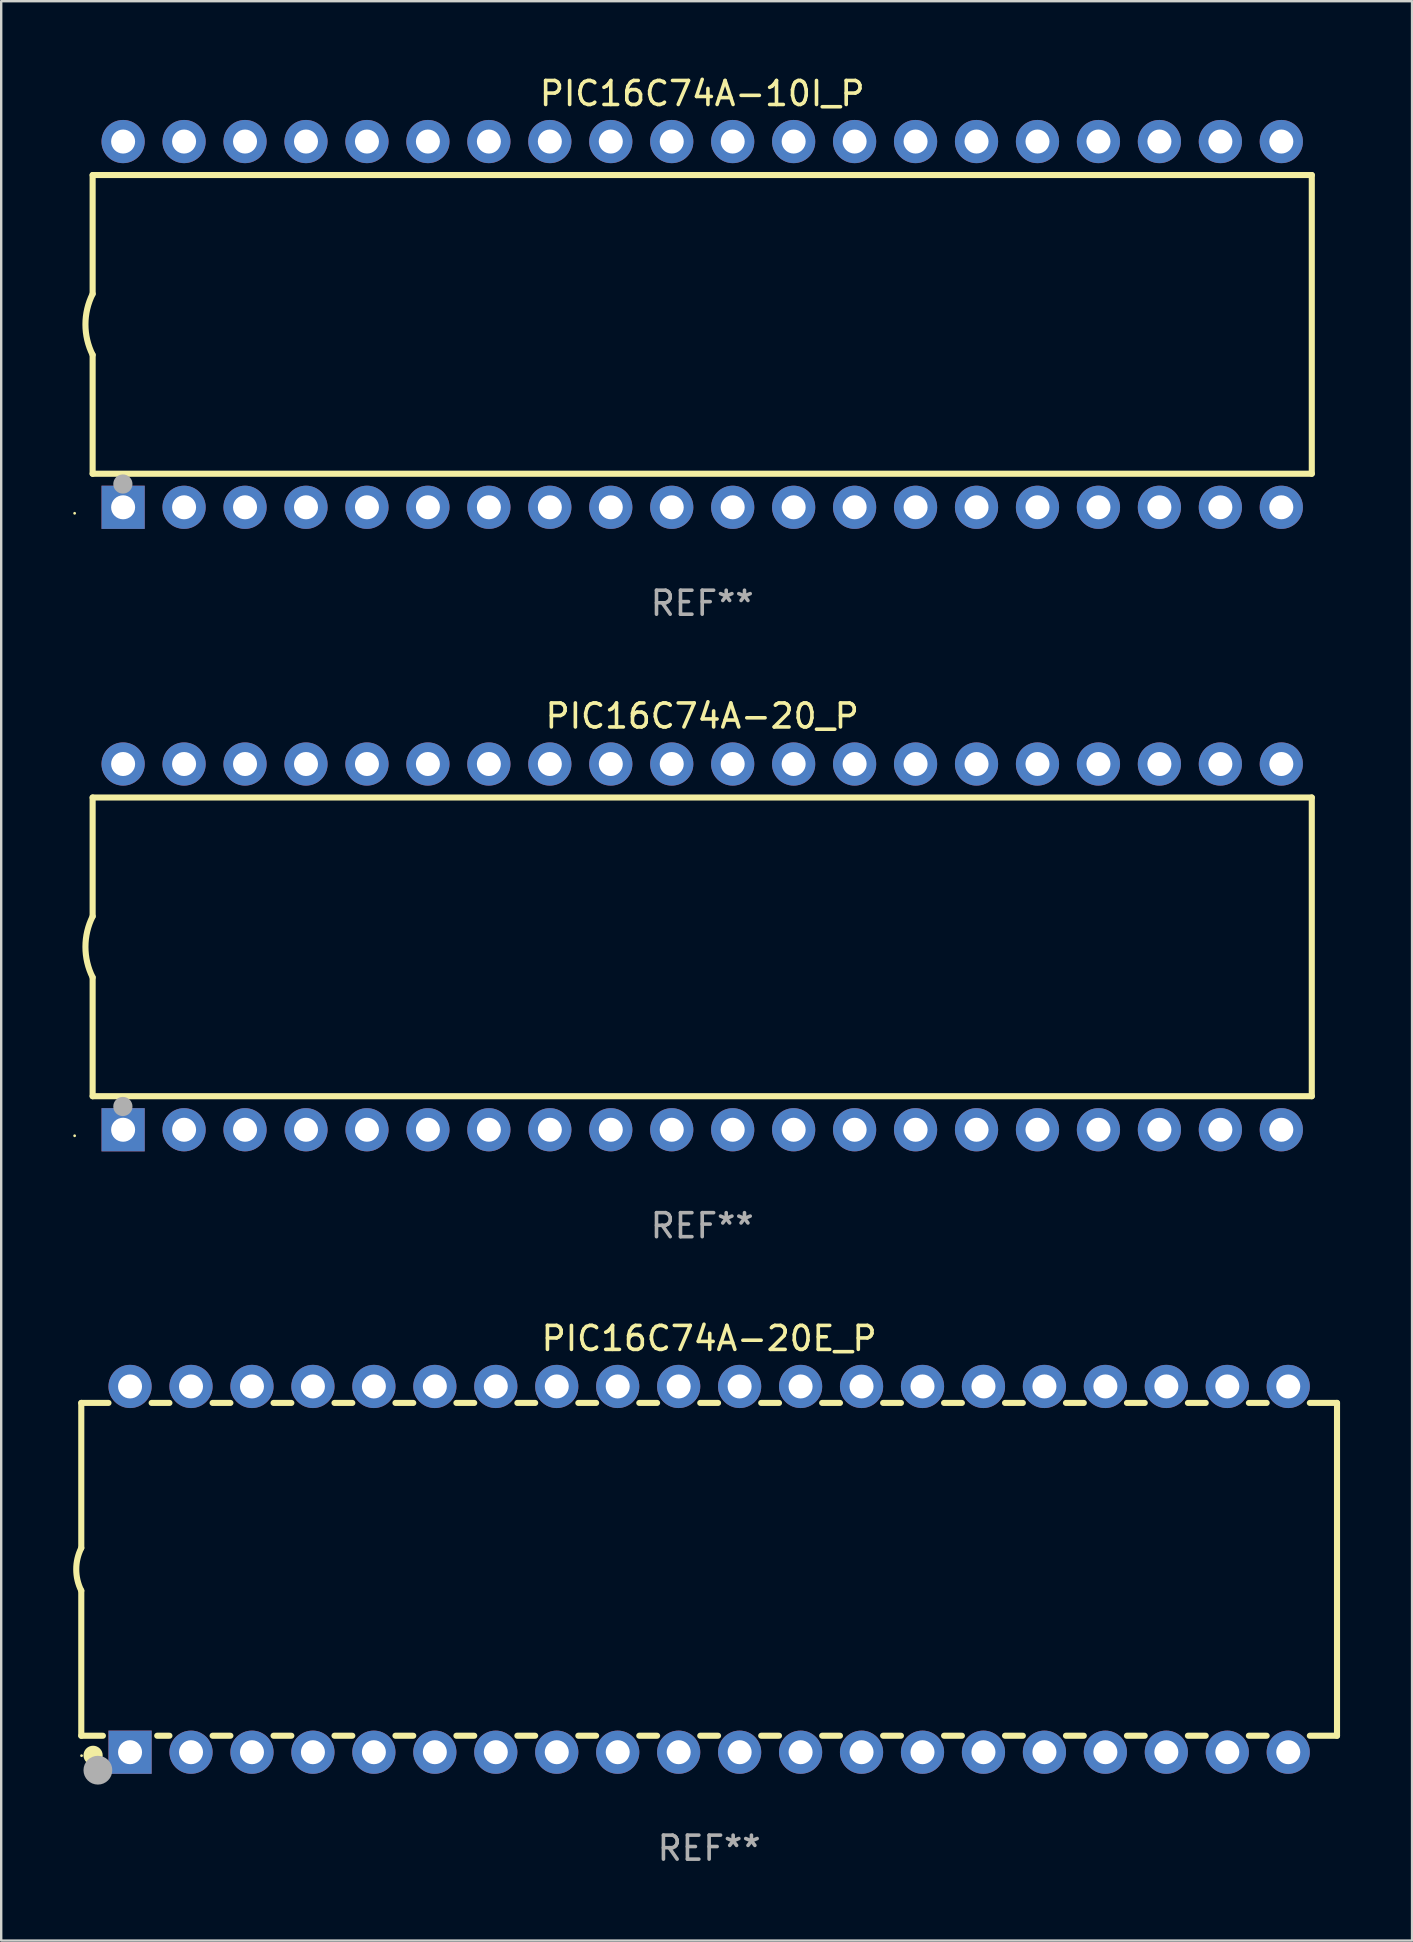
<source format=kicad_pcb>
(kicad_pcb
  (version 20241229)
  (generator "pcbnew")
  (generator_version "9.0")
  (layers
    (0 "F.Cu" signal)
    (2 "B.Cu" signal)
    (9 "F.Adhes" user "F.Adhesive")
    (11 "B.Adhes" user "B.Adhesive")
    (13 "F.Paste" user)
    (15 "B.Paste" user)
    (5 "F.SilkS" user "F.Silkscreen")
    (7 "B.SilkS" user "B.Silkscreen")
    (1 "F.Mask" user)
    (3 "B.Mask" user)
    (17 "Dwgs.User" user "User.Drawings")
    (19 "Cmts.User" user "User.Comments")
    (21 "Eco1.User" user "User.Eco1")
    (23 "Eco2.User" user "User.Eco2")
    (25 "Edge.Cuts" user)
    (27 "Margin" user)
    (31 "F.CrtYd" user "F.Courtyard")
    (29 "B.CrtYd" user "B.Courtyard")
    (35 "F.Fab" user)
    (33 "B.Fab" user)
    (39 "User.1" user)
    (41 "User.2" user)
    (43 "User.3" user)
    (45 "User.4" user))
  (footprint "PIC16C74A-20_P"
    (layer "F.Cu")
    (at 26.21 36.405)
    (property "Reference" "PIC16C74A-20_P" (at 0 -9.62 0) (layer "F.SilkS") (effects (font (size 1 1) (thickness 0.15))))
    (attr through_hole)
    (fp_line (start -25.4 -6.224) (end -25.4 -1.271) (stroke (width 0.254) (type solid)) (layer "F.SilkS"))
    (fp_line (start -25.4 -6.224) (end 25.4 -6.224) (stroke (width 0.254) (type solid)) (layer "F.SilkS"))
    (fp_line (start -25.4 1.269) (end -25.4 6.222) (stroke (width 0.254) (type solid)) (layer "F.SilkS"))
    (fp_line (start -25.4 6.222) (end 25.4 6.222) (stroke (width 0.254) (type solid)) (layer "F.SilkS"))
    (fp_line (start 25.4 6.222) (end 25.4 -6.224) (stroke (width 0.254) (type solid)) (layer "F.SilkS"))
    (fp_arc (start -25.4 1.269241) (mid -25.699807 -0.000762) (end -25.4 -1.270765) (stroke (width 0.254001) (type solid)) (layer "F.SilkS"))
    (fp_circle (center -26.15 7.87) (end -26.12 7.87) (stroke (width 0.06) (type solid)) (fill no) (layer "F.SilkS"))
    (fp_circle (center -24.14 6.65) (end -23.94 6.65) (stroke (width 0.4) (type solid)) (fill no) (layer "F.Fab"))
    (fp_text user "REF**" (at 0 11.62 0) (layer "F.Fab") (effects (font (size 1 1) (thickness 0.15))))
    (pad "1" thru_hole rect (at -24.13 7.62 90) (size 1.8 1.8) (drill 1) (layers "*.Cu" "*.Mask"))
    (pad "2" thru_hole circle (at -21.59 7.62) (size 1.8 1.8) (drill 1) (layers "*.Cu" "*.Mask"))
    (pad "3" thru_hole circle (at -19.05 7.62) (size 1.8 1.8) (drill 1) (layers "*.Cu" "*.Mask"))
    (pad "4" thru_hole circle (at -16.51 7.62) (size 1.8 1.8) (drill 1) (layers "*.Cu" "*.Mask"))
    (pad "5" thru_hole circle (at -13.97 7.62) (size 1.8 1.8) (drill 1) (layers "*.Cu" "*.Mask"))
    (pad "6" thru_hole circle (at -11.43 7.62) (size 1.8 1.8) (drill 1) (layers "*.Cu" "*.Mask"))
    (pad "7" thru_hole circle (at -8.89 7.62) (size 1.8 1.8) (drill 1) (layers "*.Cu" "*.Mask"))
    (pad "8" thru_hole circle (at -6.35 7.62) (size 1.8 1.8) (drill 1) (layers "*.Cu" "*.Mask"))
    (pad "9" thru_hole circle (at -3.81 7.62) (size 1.8 1.8) (drill 1) (layers "*.Cu" "*.Mask"))
    (pad "10" thru_hole circle (at -1.27 7.62) (size 1.8 1.8) (drill 1) (layers "*.Cu" "*.Mask"))
    (pad "11" thru_hole circle (at 1.27 7.62) (size 1.8 1.8) (drill 1) (layers "*.Cu" "*.Mask"))
    (pad "12" thru_hole circle (at 3.81 7.62) (size 1.8 1.8) (drill 1) (layers "*.Cu" "*.Mask"))
    (pad "13" thru_hole circle (at 6.35 7.62) (size 1.8 1.8) (drill 1) (layers "*.Cu" "*.Mask"))
    (pad "14" thru_hole circle (at 8.89 7.62) (size 1.8 1.8) (drill 1) (layers "*.Cu" "*.Mask"))
    (pad "15" thru_hole circle (at 11.43 7.62) (size 1.8 1.8) (drill 1) (layers "*.Cu" "*.Mask"))
    (pad "16" thru_hole circle (at 13.97 7.62) (size 1.8 1.8) (drill 1) (layers "*.Cu" "*.Mask"))
    (pad "17" thru_hole circle (at 16.51 7.62) (size 1.8 1.8) (drill 1) (layers "*.Cu" "*.Mask"))
    (pad "18" thru_hole circle (at 19.05 7.62) (size 1.8 1.8) (drill 1) (layers "*.Cu" "*.Mask"))
    (pad "19" thru_hole circle (at 21.59 7.62) (size 1.8 1.8) (drill 1) (layers "*.Cu" "*.Mask"))
    (pad "20" thru_hole circle (at 24.13 7.62) (size 1.8 1.8) (drill 1) (layers "*.Cu" "*.Mask"))
    (pad "21" thru_hole circle (at 24.13 -7.62) (size 1.8 1.8) (drill 1) (layers "*.Cu" "*.Mask"))
    (pad "22" thru_hole circle (at 21.59 -7.62) (size 1.8 1.8) (drill 1) (layers "*.Cu" "*.Mask"))
    (pad "23" thru_hole circle (at 19.05 -7.62) (size 1.8 1.8) (drill 1) (layers "*.Cu" "*.Mask"))
    (pad "24" thru_hole circle (at 16.51 -7.62) (size 1.8 1.8) (drill 1) (layers "*.Cu" "*.Mask"))
    (pad "25" thru_hole circle (at 13.97 -7.62) (size 1.8 1.8) (drill 1) (layers "*.Cu" "*.Mask"))
    (pad "26" thru_hole circle (at 11.43 -7.62) (size 1.8 1.8) (drill 1) (layers "*.Cu" "*.Mask"))
    (pad "27" thru_hole circle (at 8.89 -7.62) (size 1.8 1.8) (drill 1) (layers "*.Cu" "*.Mask"))
    (pad "28" thru_hole circle (at 6.35 -7.62) (size 1.8 1.8) (drill 1) (layers "*.Cu" "*.Mask"))
    (pad "29" thru_hole circle (at 3.81 -7.62) (size 1.8 1.8) (drill 1) (layers "*.Cu" "*.Mask"))
    (pad "30" thru_hole circle (at 1.27 -7.62) (size 1.8 1.8) (drill 1) (layers "*.Cu" "*.Mask"))
    (pad "31" thru_hole circle (at -1.27 -7.62) (size 1.8 1.8) (drill 1) (layers "*.Cu" "*.Mask"))
    (pad "32" thru_hole circle (at -3.81 -7.62) (size 1.8 1.8) (drill 1) (layers "*.Cu" "*.Mask"))
    (pad "33" thru_hole circle (at -6.35 -7.62) (size 1.8 1.8) (drill 1) (layers "*.Cu" "*.Mask"))
    (pad "34" thru_hole circle (at -8.89 -7.62) (size 1.8 1.8) (drill 1) (layers "*.Cu" "*.Mask"))
    (pad "35" thru_hole circle (at -11.43 -7.62) (size 1.8 1.8) (drill 1) (layers "*.Cu" "*.Mask"))
    (pad "36" thru_hole circle (at -13.97 -7.62) (size 1.8 1.8) (drill 1) (layers "*.Cu" "*.Mask"))
    (pad "37" thru_hole circle (at -16.51 -7.62) (size 1.8 1.8) (drill 1) (layers "*.Cu" "*.Mask"))
    (pad "38" thru_hole circle (at -19.05 -7.62) (size 1.8 1.8) (drill 1) (layers "*.Cu" "*.Mask"))
    (pad "39" thru_hole circle (at -21.59 -7.62) (size 1.8 1.8) (drill 1) (layers "*.Cu" "*.Mask"))
    (pad "40" thru_hole circle (at -24.13 -7.62) (size 1.8 1.8) (drill 1) (layers "*.Cu" "*.Mask")))
  (footprint "PIC16C74A-20E_P"
    (layer "F.Cu")
    (at 26.499 62.341)
    (property "Reference" "PIC16C74A-20E_P" (at 0 -9.62 0) (layer "F.SilkS") (effects (font (size 1 1) (thickness 0.15))))
    (attr through_hole)
    (fp_line (start -26.162 -6.934) (end -26.162 -0.889) (stroke (width 0.254) (type solid)) (layer "F.SilkS"))
    (fp_line (start -26.162 -6.934) (end -25.029 -6.934) (stroke (width 0.254) (type solid)) (layer "F.SilkS"))
    (fp_line (start -26.162 6.934) (end -26.162 0.889) (stroke (width 0.254) (type solid)) (layer "F.SilkS"))
    (fp_line (start -26.162 6.934) (end -25.261 6.934) (stroke (width 0.254) (type solid)) (layer "F.SilkS"))
    (fp_line (start -23.231 -6.934) (end -22.489 -6.934) (stroke (width 0.254) (type solid)) (layer "F.SilkS"))
    (fp_line (start -22.999 6.934) (end -22.489 6.934) (stroke (width 0.254) (type solid)) (layer "F.SilkS"))
    (fp_line (start -20.691 -6.934) (end -19.949 -6.934) (stroke (width 0.254) (type solid)) (layer "F.SilkS"))
    (fp_line (start -20.691 6.934) (end -19.949 6.934) (stroke (width 0.254) (type solid)) (layer "F.SilkS"))
    (fp_line (start -18.151 -6.934) (end -17.409 -6.934) (stroke (width 0.254) (type solid)) (layer "F.SilkS"))
    (fp_line (start -18.151 6.934) (end -17.409 6.934) (stroke (width 0.254) (type solid)) (layer "F.SilkS"))
    (fp_line (start -15.611 -6.934) (end -14.869 -6.934) (stroke (width 0.254) (type solid)) (layer "F.SilkS"))
    (fp_line (start -15.611 6.934) (end -14.869 6.934) (stroke (width 0.254) (type solid)) (layer "F.SilkS"))
    (fp_line (start -13.071 -6.934) (end -12.329 -6.934) (stroke (width 0.254) (type solid)) (layer "F.SilkS"))
    (fp_line (start -13.071 6.934) (end -12.329 6.934) (stroke (width 0.254) (type solid)) (layer "F.SilkS"))
    (fp_line (start -10.531 -6.934) (end -9.789 -6.934) (stroke (width 0.254) (type solid)) (layer "F.SilkS"))
    (fp_line (start -10.531 6.934) (end -9.789 6.934) (stroke (width 0.254) (type solid)) (layer "F.SilkS"))
    (fp_line (start -7.991 -6.934) (end -7.249 -6.934) (stroke (width 0.254) (type solid)) (layer "F.SilkS"))
    (fp_line (start -7.991 6.934) (end -7.249 6.934) (stroke (width 0.254) (type solid)) (layer "F.SilkS"))
    (fp_line (start -5.451 -6.934) (end -4.709 -6.934) (stroke (width 0.254) (type solid)) (layer "F.SilkS"))
    (fp_line (start -5.451 6.934) (end -4.709 6.934) (stroke (width 0.254) (type solid)) (layer "F.SilkS"))
    (fp_line (start -2.911 -6.934) (end -2.169 -6.934) (stroke (width 0.254) (type solid)) (layer "F.SilkS"))
    (fp_line (start -2.911 6.934) (end -2.169 6.934) (stroke (width 0.254) (type solid)) (layer "F.SilkS"))
    (fp_line (start -0.371 -6.934) (end 0.371 -6.934) (stroke (width 0.254) (type solid)) (layer "F.SilkS"))
    (fp_line (start -0.371 6.934) (end 0.371 6.934) (stroke (width 0.254) (type solid)) (layer "F.SilkS"))
    (fp_line (start 2.169 -6.934) (end 2.911 -6.934) (stroke (width 0.254) (type solid)) (layer "F.SilkS"))
    (fp_line (start 2.169 6.934) (end 2.911 6.934) (stroke (width 0.254) (type solid)) (layer "F.SilkS"))
    (fp_line (start 4.709 -6.934) (end 5.451 -6.934) (stroke (width 0.254) (type solid)) (layer "F.SilkS"))
    (fp_line (start 4.709 6.934) (end 5.451 6.934) (stroke (width 0.254) (type solid)) (layer "F.SilkS"))
    (fp_line (start 7.249 -6.934) (end 7.991 -6.934) (stroke (width 0.254) (type solid)) (layer "F.SilkS"))
    (fp_line (start 7.249 6.934) (end 7.991 6.934) (stroke (width 0.254) (type solid)) (layer "F.SilkS"))
    (fp_line (start 9.789 -6.934) (end 10.531 -6.934) (stroke (width 0.254) (type solid)) (layer "F.SilkS"))
    (fp_line (start 9.789 6.934) (end 10.531 6.934) (stroke (width 0.254) (type solid)) (layer "F.SilkS"))
    (fp_line (start 12.329 -6.934) (end 13.071 -6.934) (stroke (width 0.254) (type solid)) (layer "F.SilkS"))
    (fp_line (start 12.329 6.934) (end 13.071 6.934) (stroke (width 0.254) (type solid)) (layer "F.SilkS"))
    (fp_line (start 14.869 -6.934) (end 15.611 -6.934) (stroke (width 0.254) (type solid)) (layer "F.SilkS"))
    (fp_line (start 14.869 6.934) (end 15.611 6.934) (stroke (width 0.254) (type solid)) (layer "F.SilkS"))
    (fp_line (start 17.409 -6.934) (end 18.151 -6.934) (stroke (width 0.254) (type solid)) (layer "F.SilkS"))
    (fp_line (start 17.409 6.934) (end 18.151 6.934) (stroke (width 0.254) (type solid)) (layer "F.SilkS"))
    (fp_line (start 19.949 -6.934) (end 20.691 -6.934) (stroke (width 0.254) (type solid)) (layer "F.SilkS"))
    (fp_line (start 19.949 6.934) (end 20.691 6.934) (stroke (width 0.254) (type solid)) (layer "F.SilkS"))
    (fp_line (start 22.489 -6.934) (end 23.231 -6.934) (stroke (width 0.254) (type solid)) (layer "F.SilkS"))
    (fp_line (start 22.489 6.934) (end 23.231 6.934) (stroke (width 0.254) (type solid)) (layer "F.SilkS"))
    (fp_line (start 25.029 -6.934) (end 26.162 -6.934) (stroke (width 0.254) (type solid)) (layer "F.SilkS"))
    (fp_line (start 25.029 6.934) (end 26.162 6.934) (stroke (width 0.254) (type solid)) (layer "F.SilkS"))
    (fp_line (start 26.162 -6.934) (end 26.162 6.934) (stroke (width 0.254) (type solid)) (layer "F.SilkS"))
    (fp_arc (start -26.162052 0.889001) (mid -26.371917 0) (end -26.162052 -0.889002) (stroke (width 0.254001) (type solid)) (layer "F.SilkS"))
    (fp_circle (center -26.15 7.765) (end -26.12 7.765) (stroke (width 0.06) (type solid)) (fill no) (layer "F.SilkS"))
    (fp_circle (center -25.67 7.75) (end -25.47 7.75) (stroke (width 0.4) (type solid)) (fill no) (layer "F.SilkS"))
    (fp_circle (center -25.47 8.37) (end -25.17 8.37) (stroke (width 0.6) (type solid)) (fill no) (layer "F.Fab"))
    (fp_text user "REF**" (at 0 11.62 0) (layer "F.Fab") (effects (font (size 1 1) (thickness 0.15))))
    (pad "1" thru_hole rect (at -24.13 7.62) (size 1.8 1.8) (drill 1) (layers "*.Cu" "*.Mask"))
    (pad "2" thru_hole circle (at -21.59 7.62) (size 1.8 1.8) (drill 1) (layers "*.Cu" "*.Mask"))
    (pad "3" thru_hole circle (at -19.05 7.62) (size 1.8 1.8) (drill 1) (layers "*.Cu" "*.Mask"))
    (pad "4" thru_hole circle (at -16.51 7.62) (size 1.8 1.8) (drill 1) (layers "*.Cu" "*.Mask"))
    (pad "5" thru_hole circle (at -13.97 7.62) (size 1.8 1.8) (drill 1) (layers "*.Cu" "*.Mask"))
    (pad "6" thru_hole circle (at -11.43 7.62) (size 1.8 1.8) (drill 1) (layers "*.Cu" "*.Mask"))
    (pad "7" thru_hole circle (at -8.89 7.62) (size 1.8 1.8) (drill 1) (layers "*.Cu" "*.Mask"))
    (pad "8" thru_hole circle (at -6.35 7.62) (size 1.8 1.8) (drill 1) (layers "*.Cu" "*.Mask"))
    (pad "9" thru_hole circle (at -3.81 7.62) (size 1.8 1.8) (drill 1) (layers "*.Cu" "*.Mask"))
    (pad "10" thru_hole circle (at -1.27 7.62) (size 1.8 1.8) (drill 1) (layers "*.Cu" "*.Mask"))
    (pad "11" thru_hole circle (at 1.27 7.62) (size 1.8 1.8) (drill 1) (layers "*.Cu" "*.Mask"))
    (pad "12" thru_hole circle (at 3.81 7.62) (size 1.8 1.8) (drill 1) (layers "*.Cu" "*.Mask"))
    (pad "13" thru_hole circle (at 6.35 7.62) (size 1.8 1.8) (drill 1) (layers "*.Cu" "*.Mask"))
    (pad "14" thru_hole circle (at 8.89 7.62) (size 1.8 1.8) (drill 1) (layers "*.Cu" "*.Mask"))
    (pad "15" thru_hole circle (at 11.43 7.62) (size 1.8 1.8) (drill 1) (layers "*.Cu" "*.Mask"))
    (pad "16" thru_hole circle (at 13.97 7.62) (size 1.8 1.8) (drill 1) (layers "*.Cu" "*.Mask"))
    (pad "17" thru_hole circle (at 16.51 7.62) (size 1.8 1.8) (drill 1) (layers "*.Cu" "*.Mask"))
    (pad "18" thru_hole circle (at 19.05 7.62) (size 1.8 1.8) (drill 1) (layers "*.Cu" "*.Mask"))
    (pad "19" thru_hole circle (at 21.59 7.62) (size 1.8 1.8) (drill 1) (layers "*.Cu" "*.Mask"))
    (pad "20" thru_hole circle (at 24.13 7.62) (size 1.8 1.8) (drill 1) (layers "*.Cu" "*.Mask"))
    (pad "21" thru_hole circle (at 24.13 -7.62) (size 1.8 1.8) (drill 1) (layers "*.Cu" "*.Mask"))
    (pad "22" thru_hole circle (at 21.59 -7.62) (size 1.8 1.8) (drill 1) (layers "*.Cu" "*.Mask"))
    (pad "23" thru_hole circle (at 19.05 -7.62) (size 1.8 1.8) (drill 1) (layers "*.Cu" "*.Mask"))
    (pad "24" thru_hole circle (at 16.51 -7.62) (size 1.8 1.8) (drill 1) (layers "*.Cu" "*.Mask"))
    (pad "25" thru_hole circle (at 13.97 -7.62) (size 1.8 1.8) (drill 1) (layers "*.Cu" "*.Mask"))
    (pad "26" thru_hole circle (at 11.43 -7.62) (size 1.8 1.8) (drill 1) (layers "*.Cu" "*.Mask"))
    (pad "27" thru_hole circle (at 8.89 -7.62) (size 1.8 1.8) (drill 1) (layers "*.Cu" "*.Mask"))
    (pad "28" thru_hole circle (at 6.35 -7.62) (size 1.8 1.8) (drill 1) (layers "*.Cu" "*.Mask"))
    (pad "29" thru_hole circle (at 3.81 -7.62) (size 1.8 1.8) (drill 1) (layers "*.Cu" "*.Mask"))
    (pad "30" thru_hole circle (at 1.27 -7.62) (size 1.8 1.8) (drill 1) (layers "*.Cu" "*.Mask"))
    (pad "31" thru_hole circle (at -1.27 -7.62) (size 1.8 1.8) (drill 1) (layers "*.Cu" "*.Mask"))
    (pad "32" thru_hole circle (at -3.81 -7.62) (size 1.8 1.8) (drill 1) (layers "*.Cu" "*.Mask"))
    (pad "33" thru_hole circle (at -6.35 -7.62) (size 1.8 1.8) (drill 1) (layers "*.Cu" "*.Mask"))
    (pad "34" thru_hole circle (at -8.89 -7.62) (size 1.8 1.8) (drill 1) (layers "*.Cu" "*.Mask"))
    (pad "35" thru_hole circle (at -11.43 -7.62) (size 1.8 1.8) (drill 1) (layers "*.Cu" "*.Mask"))
    (pad "36" thru_hole circle (at -13.97 -7.62) (size 1.8 1.8) (drill 1) (layers "*.Cu" "*.Mask"))
    (pad "37" thru_hole circle (at -16.51 -7.62) (size 1.8 1.8) (drill 1) (layers "*.Cu" "*.Mask"))
    (pad "38" thru_hole circle (at -19.05 -7.62) (size 1.8 1.8) (drill 1) (layers "*.Cu" "*.Mask"))
    (pad "39" thru_hole circle (at -21.59 -7.62) (size 1.8 1.8) (drill 1) (layers "*.Cu" "*.Mask"))
    (pad "40" thru_hole circle (at -24.13 -7.62) (size 1.8 1.8) (drill 1) (layers "*.Cu" "*.Mask")))
  (footprint "PIC16C74A-10I_P"
    (layer "F.Cu")
    (at 26.21 10.468)
    (property "Reference" "PIC16C74A-10I_P" (at 0 -9.62 0) (layer "F.SilkS") (effects (font (size 1 1) (thickness 0.15))))
    (attr through_hole)
    (fp_line (start -25.4 -6.224) (end -25.4 -1.271) (stroke (width 0.254) (type solid)) (layer "F.SilkS"))
    (fp_line (start -25.4 -6.224) (end 25.4 -6.224) (stroke (width 0.254) (type solid)) (layer "F.SilkS"))
    (fp_line (start -25.4 1.269) (end -25.4 6.222) (stroke (width 0.254) (type solid)) (layer "F.SilkS"))
    (fp_line (start -25.4 6.222) (end 25.4 6.222) (stroke (width 0.254) (type solid)) (layer "F.SilkS"))
    (fp_line (start 25.4 6.222) (end 25.4 -6.224) (stroke (width 0.254) (type solid)) (layer "F.SilkS"))
    (fp_arc (start -25.4 1.269241) (mid -25.699807 -0.000762) (end -25.4 -1.270765) (stroke (width 0.254001) (type solid)) (layer "F.SilkS"))
    (fp_circle (center -26.15 7.87) (end -26.12 7.87) (stroke (width 0.06) (type solid)) (fill no) (layer "F.SilkS"))
    (fp_circle (center -24.14 6.65) (end -23.94 6.65) (stroke (width 0.4) (type solid)) (fill no) (layer "F.Fab"))
    (fp_text user "REF**" (at 0 11.62 0) (layer "F.Fab") (effects (font (size 1 1) (thickness 0.15))))
    (pad "1" thru_hole rect (at -24.13 7.62 90) (size 1.8 1.8) (drill 1) (layers "*.Cu" "*.Mask"))
    (pad "2" thru_hole circle (at -21.59 7.62) (size 1.8 1.8) (drill 1) (layers "*.Cu" "*.Mask"))
    (pad "3" thru_hole circle (at -19.05 7.62) (size 1.8 1.8) (drill 1) (layers "*.Cu" "*.Mask"))
    (pad "4" thru_hole circle (at -16.51 7.62) (size 1.8 1.8) (drill 1) (layers "*.Cu" "*.Mask"))
    (pad "5" thru_hole circle (at -13.97 7.62) (size 1.8 1.8) (drill 1) (layers "*.Cu" "*.Mask"))
    (pad "6" thru_hole circle (at -11.43 7.62) (size 1.8 1.8) (drill 1) (layers "*.Cu" "*.Mask"))
    (pad "7" thru_hole circle (at -8.89 7.62) (size 1.8 1.8) (drill 1) (layers "*.Cu" "*.Mask"))
    (pad "8" thru_hole circle (at -6.35 7.62) (size 1.8 1.8) (drill 1) (layers "*.Cu" "*.Mask"))
    (pad "9" thru_hole circle (at -3.81 7.62) (size 1.8 1.8) (drill 1) (layers "*.Cu" "*.Mask"))
    (pad "10" thru_hole circle (at -1.27 7.62) (size 1.8 1.8) (drill 1) (layers "*.Cu" "*.Mask"))
    (pad "11" thru_hole circle (at 1.27 7.62) (size 1.8 1.8) (drill 1) (layers "*.Cu" "*.Mask"))
    (pad "12" thru_hole circle (at 3.81 7.62) (size 1.8 1.8) (drill 1) (layers "*.Cu" "*.Mask"))
    (pad "13" thru_hole circle (at 6.35 7.62) (size 1.8 1.8) (drill 1) (layers "*.Cu" "*.Mask"))
    (pad "14" thru_hole circle (at 8.89 7.62) (size 1.8 1.8) (drill 1) (layers "*.Cu" "*.Mask"))
    (pad "15" thru_hole circle (at 11.43 7.62) (size 1.8 1.8) (drill 1) (layers "*.Cu" "*.Mask"))
    (pad "16" thru_hole circle (at 13.97 7.62) (size 1.8 1.8) (drill 1) (layers "*.Cu" "*.Mask"))
    (pad "17" thru_hole circle (at 16.51 7.62) (size 1.8 1.8) (drill 1) (layers "*.Cu" "*.Mask"))
    (pad "18" thru_hole circle (at 19.05 7.62) (size 1.8 1.8) (drill 1) (layers "*.Cu" "*.Mask"))
    (pad "19" thru_hole circle (at 21.59 7.62) (size 1.8 1.8) (drill 1) (layers "*.Cu" "*.Mask"))
    (pad "20" thru_hole circle (at 24.13 7.62) (size 1.8 1.8) (drill 1) (layers "*.Cu" "*.Mask"))
    (pad "21" thru_hole circle (at 24.13 -7.62) (size 1.8 1.8) (drill 1) (layers "*.Cu" "*.Mask"))
    (pad "22" thru_hole circle (at 21.59 -7.62) (size 1.8 1.8) (drill 1) (layers "*.Cu" "*.Mask"))
    (pad "23" thru_hole circle (at 19.05 -7.62) (size 1.8 1.8) (drill 1) (layers "*.Cu" "*.Mask"))
    (pad "24" thru_hole circle (at 16.51 -7.62) (size 1.8 1.8) (drill 1) (layers "*.Cu" "*.Mask"))
    (pad "25" thru_hole circle (at 13.97 -7.62) (size 1.8 1.8) (drill 1) (layers "*.Cu" "*.Mask"))
    (pad "26" thru_hole circle (at 11.43 -7.62) (size 1.8 1.8) (drill 1) (layers "*.Cu" "*.Mask"))
    (pad "27" thru_hole circle (at 8.89 -7.62) (size 1.8 1.8) (drill 1) (layers "*.Cu" "*.Mask"))
    (pad "28" thru_hole circle (at 6.35 -7.62) (size 1.8 1.8) (drill 1) (layers "*.Cu" "*.Mask"))
    (pad "29" thru_hole circle (at 3.81 -7.62) (size 1.8 1.8) (drill 1) (layers "*.Cu" "*.Mask"))
    (pad "30" thru_hole circle (at 1.27 -7.62) (size 1.8 1.8) (drill 1) (layers "*.Cu" "*.Mask"))
    (pad "31" thru_hole circle (at -1.27 -7.62) (size 1.8 1.8) (drill 1) (layers "*.Cu" "*.Mask"))
    (pad "32" thru_hole circle (at -3.81 -7.62) (size 1.8 1.8) (drill 1) (layers "*.Cu" "*.Mask"))
    (pad "33" thru_hole circle (at -6.35 -7.62) (size 1.8 1.8) (drill 1) (layers "*.Cu" "*.Mask"))
    (pad "34" thru_hole circle (at -8.89 -7.62) (size 1.8 1.8) (drill 1) (layers "*.Cu" "*.Mask"))
    (pad "35" thru_hole circle (at -11.43 -7.62) (size 1.8 1.8) (drill 1) (layers "*.Cu" "*.Mask"))
    (pad "36" thru_hole circle (at -13.97 -7.62) (size 1.8 1.8) (drill 1) (layers "*.Cu" "*.Mask"))
    (pad "37" thru_hole circle (at -16.51 -7.62) (size 1.8 1.8) (drill 1) (layers "*.Cu" "*.Mask"))
    (pad "38" thru_hole circle (at -19.05 -7.62) (size 1.8 1.8) (drill 1) (layers "*.Cu" "*.Mask"))
    (pad "39" thru_hole circle (at -21.59 -7.62) (size 1.8 1.8) (drill 1) (layers "*.Cu" "*.Mask"))
    (pad "40" thru_hole circle (at -24.13 -7.62) (size 1.8 1.8) (drill 1) (layers "*.Cu" "*.Mask")))
  (gr_rect
    (start -3 -3)
    (end 55.788 77.81)
    (stroke (width 0.1) (type default))
    (fill no)
    (layer "Edge.Cuts")))
</source>
